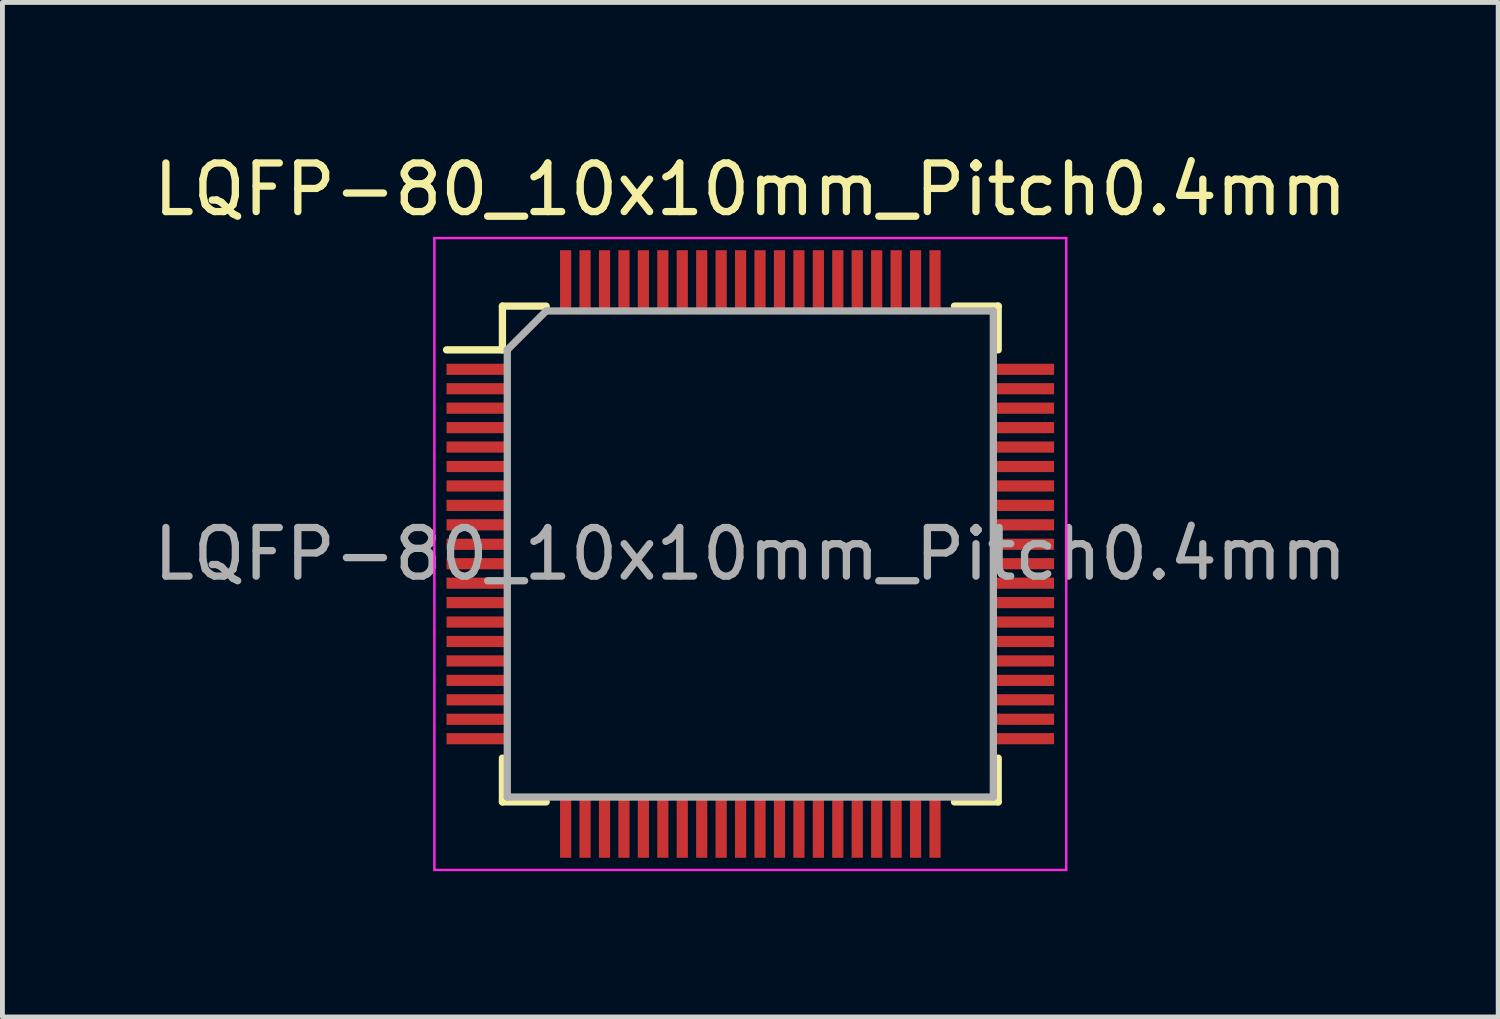
<source format=kicad_pcb>
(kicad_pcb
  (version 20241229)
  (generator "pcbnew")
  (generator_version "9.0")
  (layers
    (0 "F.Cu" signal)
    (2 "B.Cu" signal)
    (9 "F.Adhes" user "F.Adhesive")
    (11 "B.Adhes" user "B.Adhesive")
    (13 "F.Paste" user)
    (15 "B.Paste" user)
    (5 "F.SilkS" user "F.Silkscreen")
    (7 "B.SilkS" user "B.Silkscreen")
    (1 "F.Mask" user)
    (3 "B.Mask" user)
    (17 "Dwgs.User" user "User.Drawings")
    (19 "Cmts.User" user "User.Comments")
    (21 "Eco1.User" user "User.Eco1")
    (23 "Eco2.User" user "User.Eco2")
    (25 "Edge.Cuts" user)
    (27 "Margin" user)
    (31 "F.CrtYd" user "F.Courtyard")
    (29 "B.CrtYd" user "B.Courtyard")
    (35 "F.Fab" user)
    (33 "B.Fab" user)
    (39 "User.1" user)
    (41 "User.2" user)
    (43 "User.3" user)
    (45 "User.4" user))
  (footprint "LQFP-80_10x10mm_Pitch0.4mm"
    (layer "F.Cu")
    (at 12.387 8.348)
    (property "Reference" "LQFP-80_10x10mm_Pitch0.4mm" (at 0 -7.5 0) (layer "F.SilkS") (effects (font (size 1 1) (thickness 0.15))))
    (attr smd)
    (fp_line (start -6.25 -4.2) (end -5.1 -4.2) (stroke (width 0.15) (type solid)) (layer "F.SilkS"))
    (fp_line (start -5.1 -5.1) (end -4.2 -5.1) (stroke (width 0.15) (type solid)) (layer "F.SilkS"))
    (fp_line (start -5.1 -4.2) (end -5.1 -5.1) (stroke (width 0.15) (type solid)) (layer "F.SilkS"))
    (fp_line (start -5.1 5.1) (end -5.1 4.2) (stroke (width 0.15) (type solid)) (layer "F.SilkS"))
    (fp_line (start -4.2 5.1) (end -5.1 5.1) (stroke (width 0.15) (type solid)) (layer "F.SilkS"))
    (fp_line (start 4.2 -5.1) (end 5.1 -5.1) (stroke (width 0.15) (type solid)) (layer "F.SilkS"))
    (fp_line (start 4.2 5.1) (end 5.1 5.1) (stroke (width 0.15) (type solid)) (layer "F.SilkS"))
    (fp_line (start 5.1 -5.1) (end 5.1 -4.2) (stroke (width 0.15) (type solid)) (layer "F.SilkS"))
    (fp_line (start 5.1 5.1) (end 5.1 4.2) (stroke (width 0.15) (type solid)) (layer "F.SilkS"))
    (fp_line (start -6.5 -6.5) (end 6.5 -6.5) (stroke (width 0.05) (type solid)) (layer "F.CrtYd"))
    (fp_line (start -6.5 6.5) (end -6.5 -6.5) (stroke (width 0.05) (type solid)) (layer "F.CrtYd"))
    (fp_line (start 6.5 -6.5) (end 6.5 6.5) (stroke (width 0.05) (type solid)) (layer "F.CrtYd"))
    (fp_line (start 6.5 6.5) (end -6.5 6.5) (stroke (width 0.05) (type solid)) (layer "F.CrtYd"))
    (fp_line (start -5 -4.2) (end -4.2 -5) (stroke (width 0.15) (type solid)) (layer "F.Fab"))
    (fp_line (start -5 5) (end -5 -4.2) (stroke (width 0.15) (type solid)) (layer "F.Fab"))
    (fp_line (start -4.2 -5) (end 5 -5) (stroke (width 0.15) (type solid)) (layer "F.Fab"))
    (fp_line (start 5 -5) (end 5 5) (stroke (width 0.15) (type solid)) (layer "F.Fab"))
    (fp_line (start 5 5) (end -5 5) (stroke (width 0.15) (type solid)) (layer "F.Fab"))
    (fp_text user "${REFERENCE}" (at 0 0 0) (layer "F.Fab") (effects (font (size 1 1) (thickness 0.15))))
    (pad "1" smd rect (at -5.65 -3.8 90) (size 0.23 1.2) (layers "F.Cu" "F.Mask" "F.Paste"))
    (pad "2" smd rect (at -5.65 -3.4 90) (size 0.23 1.2) (layers "F.Cu" "F.Mask" "F.Paste"))
    (pad "3" smd rect (at -5.65 -3 90) (size 0.23 1.2) (layers "F.Cu" "F.Mask" "F.Paste"))
    (pad "4" smd rect (at -5.65 -2.6 90) (size 0.23 1.2) (layers "F.Cu" "F.Mask" "F.Paste"))
    (pad "5" smd rect (at -5.65 -2.2 90) (size 0.23 1.2) (layers "F.Cu" "F.Mask" "F.Paste"))
    (pad "6" smd rect (at -5.65 -1.8 90) (size 0.23 1.2) (layers "F.Cu" "F.Mask" "F.Paste"))
    (pad "7" smd rect (at -5.65 -1.4 90) (size 0.23 1.2) (layers "F.Cu" "F.Mask" "F.Paste"))
    (pad "8" smd rect (at -5.65 -1 90) (size 0.23 1.2) (layers "F.Cu" "F.Mask" "F.Paste"))
    (pad "9" smd rect (at -5.65 -0.6 90) (size 0.23 1.2) (layers "F.Cu" "F.Mask" "F.Paste"))
    (pad "10" smd rect (at -5.65 -0.2 90) (size 0.23 1.2) (layers "F.Cu" "F.Mask" "F.Paste"))
    (pad "11" smd rect (at -5.65 0.2 90) (size 0.23 1.2) (layers "F.Cu" "F.Mask" "F.Paste"))
    (pad "12" smd rect (at -5.65 0.6 90) (size 0.23 1.2) (layers "F.Cu" "F.Mask" "F.Paste"))
    (pad "13" smd rect (at -5.65 1 90) (size 0.23 1.2) (layers "F.Cu" "F.Mask" "F.Paste"))
    (pad "14" smd rect (at -5.65 1.4 90) (size 0.23 1.2) (layers "F.Cu" "F.Mask" "F.Paste"))
    (pad "15" smd rect (at -5.65 1.8 90) (size 0.23 1.2) (layers "F.Cu" "F.Mask" "F.Paste"))
    (pad "16" smd rect (at -5.65 2.2 90) (size 0.23 1.2) (layers "F.Cu" "F.Mask" "F.Paste"))
    (pad "17" smd rect (at -5.65 2.6 90) (size 0.23 1.2) (layers "F.Cu" "F.Mask" "F.Paste"))
    (pad "18" smd rect (at -5.65 3 90) (size 0.23 1.2) (layers "F.Cu" "F.Mask" "F.Paste"))
    (pad "19" smd rect (at -5.65 3.4 90) (size 0.23 1.2) (layers "F.Cu" "F.Mask" "F.Paste"))
    (pad "20" smd rect (at -5.65 3.8 90) (size 0.23 1.2) (layers "F.Cu" "F.Mask" "F.Paste"))
    (pad "21" smd rect (at -3.8 5.65) (size 0.23 1.2) (layers "F.Cu" "F.Mask" "F.Paste"))
    (pad "22" smd rect (at -3.4 5.65) (size 0.23 1.2) (layers "F.Cu" "F.Mask" "F.Paste"))
    (pad "23" smd rect (at -3 5.65) (size 0.23 1.2) (layers "F.Cu" "F.Mask" "F.Paste"))
    (pad "24" smd rect (at -2.6 5.65) (size 0.23 1.2) (layers "F.Cu" "F.Mask" "F.Paste"))
    (pad "25" smd rect (at -2.2 5.65) (size 0.23 1.2) (layers "F.Cu" "F.Mask" "F.Paste"))
    (pad "26" smd rect (at -1.8 5.65) (size 0.23 1.2) (layers "F.Cu" "F.Mask" "F.Paste"))
    (pad "27" smd rect (at -1.4 5.65) (size 0.23 1.2) (layers "F.Cu" "F.Mask" "F.Paste"))
    (pad "28" smd rect (at -1 5.65) (size 0.23 1.2) (layers "F.Cu" "F.Mask" "F.Paste"))
    (pad "29" smd rect (at -0.6 5.65) (size 0.23 1.2) (layers "F.Cu" "F.Mask" "F.Paste"))
    (pad "30" smd rect (at -0.2 5.65) (size 0.23 1.2) (layers "F.Cu" "F.Mask" "F.Paste"))
    (pad "31" smd rect (at 0.2 5.65) (size 0.23 1.2) (layers "F.Cu" "F.Mask" "F.Paste"))
    (pad "32" smd rect (at 0.6 5.65) (size 0.23 1.2) (layers "F.Cu" "F.Mask" "F.Paste"))
    (pad "33" smd rect (at 1 5.65) (size 0.23 1.2) (layers "F.Cu" "F.Mask" "F.Paste"))
    (pad "34" smd rect (at 1.4 5.65) (size 0.23 1.2) (layers "F.Cu" "F.Mask" "F.Paste"))
    (pad "35" smd rect (at 1.8 5.65) (size 0.23 1.2) (layers "F.Cu" "F.Mask" "F.Paste"))
    (pad "36" smd rect (at 2.2 5.65) (size 0.23 1.2) (layers "F.Cu" "F.Mask" "F.Paste"))
    (pad "37" smd rect (at 2.6 5.65) (size 0.23 1.2) (layers "F.Cu" "F.Mask" "F.Paste"))
    (pad "38" smd rect (at 3 5.65) (size 0.23 1.2) (layers "F.Cu" "F.Mask" "F.Paste"))
    (pad "39" smd rect (at 3.4 5.65) (size 0.23 1.2) (layers "F.Cu" "F.Mask" "F.Paste"))
    (pad "40" smd rect (at 3.8 5.65) (size 0.23 1.2) (layers "F.Cu" "F.Mask" "F.Paste"))
    (pad "41" smd rect (at 5.65 3.8 90) (size 0.23 1.2) (layers "F.Cu" "F.Mask" "F.Paste"))
    (pad "42" smd rect (at 5.65 3.4 90) (size 0.23 1.2) (layers "F.Cu" "F.Mask" "F.Paste"))
    (pad "43" smd rect (at 5.65 3 90) (size 0.23 1.2) (layers "F.Cu" "F.Mask" "F.Paste"))
    (pad "44" smd rect (at 5.65 2.6 90) (size 0.23 1.2) (layers "F.Cu" "F.Mask" "F.Paste"))
    (pad "45" smd rect (at 5.65 2.2 90) (size 0.23 1.2) (layers "F.Cu" "F.Mask" "F.Paste"))
    (pad "46" smd rect (at 5.65 1.8 90) (size 0.23 1.2) (layers "F.Cu" "F.Mask" "F.Paste"))
    (pad "47" smd rect (at 5.65 1.4 90) (size 0.23 1.2) (layers "F.Cu" "F.Mask" "F.Paste"))
    (pad "48" smd rect (at 5.65 1 90) (size 0.23 1.2) (layers "F.Cu" "F.Mask" "F.Paste"))
    (pad "49" smd rect (at 5.65 0.6 90) (size 0.23 1.2) (layers "F.Cu" "F.Mask" "F.Paste"))
    (pad "50" smd rect (at 5.65 0.2 90) (size 0.23 1.2) (layers "F.Cu" "F.Mask" "F.Paste"))
    (pad "51" smd rect (at 5.65 -0.2 90) (size 0.23 1.2) (layers "F.Cu" "F.Mask" "F.Paste"))
    (pad "52" smd rect (at 5.65 -0.6 90) (size 0.23 1.2) (layers "F.Cu" "F.Mask" "F.Paste"))
    (pad "53" smd rect (at 5.65 -1 90) (size 0.23 1.2) (layers "F.Cu" "F.Mask" "F.Paste"))
    (pad "54" smd rect (at 5.65 -1.4 90) (size 0.23 1.2) (layers "F.Cu" "F.Mask" "F.Paste"))
    (pad "55" smd rect (at 5.65 -1.8 90) (size 0.23 1.2) (layers "F.Cu" "F.Mask" "F.Paste"))
    (pad "56" smd rect (at 5.65 -2.2 90) (size 0.23 1.2) (layers "F.Cu" "F.Mask" "F.Paste"))
    (pad "57" smd rect (at 5.65 -2.6 90) (size 0.23 1.2) (layers "F.Cu" "F.Mask" "F.Paste"))
    (pad "58" smd rect (at 5.65 -3 90) (size 0.23 1.2) (layers "F.Cu" "F.Mask" "F.Paste"))
    (pad "59" smd rect (at 5.65 -3.4 90) (size 0.23 1.2) (layers "F.Cu" "F.Mask" "F.Paste"))
    (pad "60" smd rect (at 5.65 -3.8 90) (size 0.23 1.2) (layers "F.Cu" "F.Mask" "F.Paste"))
    (pad "61" smd rect (at 3.8 -5.65) (size 0.23 1.2) (layers "F.Cu" "F.Mask" "F.Paste"))
    (pad "62" smd rect (at 3.4 -5.65) (size 0.23 1.2) (layers "F.Cu" "F.Mask" "F.Paste"))
    (pad "63" smd rect (at 3 -5.65) (size 0.23 1.2) (layers "F.Cu" "F.Mask" "F.Paste"))
    (pad "64" smd rect (at 2.6 -5.65) (size 0.23 1.2) (layers "F.Cu" "F.Mask" "F.Paste"))
    (pad "65" smd rect (at 2.2 -5.65) (size 0.23 1.2) (layers "F.Cu" "F.Mask" "F.Paste"))
    (pad "66" smd rect (at 1.8 -5.65) (size 0.23 1.2) (layers "F.Cu" "F.Mask" "F.Paste"))
    (pad "67" smd rect (at 1.4 -5.65) (size 0.23 1.2) (layers "F.Cu" "F.Mask" "F.Paste"))
    (pad "68" smd rect (at 1 -5.65) (size 0.23 1.2) (layers "F.Cu" "F.Mask" "F.Paste"))
    (pad "69" smd rect (at 0.6 -5.65) (size 0.23 1.2) (layers "F.Cu" "F.Mask" "F.Paste"))
    (pad "70" smd rect (at 0.2 -5.65) (size 0.23 1.2) (layers "F.Cu" "F.Mask" "F.Paste"))
    (pad "71" smd rect (at -0.2 -5.65) (size 0.23 1.2) (layers "F.Cu" "F.Mask" "F.Paste"))
    (pad "72" smd rect (at -0.6 -5.65) (size 0.23 1.2) (layers "F.Cu" "F.Mask" "F.Paste"))
    (pad "73" smd rect (at -1 -5.65) (size 0.23 1.2) (layers "F.Cu" "F.Mask" "F.Paste"))
    (pad "74" smd rect (at -1.4 -5.65) (size 0.23 1.2) (layers "F.Cu" "F.Mask" "F.Paste"))
    (pad "75" smd rect (at -1.8 -5.65) (size 0.23 1.2) (layers "F.Cu" "F.Mask" "F.Paste"))
    (pad "76" smd rect (at -2.2 -5.65) (size 0.23 1.2) (layers "F.Cu" "F.Mask" "F.Paste"))
    (pad "77" smd rect (at -2.6 -5.65) (size 0.23 1.2) (layers "F.Cu" "F.Mask" "F.Paste"))
    (pad "78" smd rect (at -3 -5.65) (size 0.23 1.2) (layers "F.Cu" "F.Mask" "F.Paste"))
    (pad "79" smd rect (at -3.4 -5.65) (size 0.23 1.2) (layers "F.Cu" "F.Mask" "F.Paste"))
    (pad "80" smd rect (at -3.8 -5.65) (size 0.23 1.2) (layers "F.Cu" "F.Mask" "F.Paste")))
  (gr_rect
    (start -3 -3)
    (end 27.774 17.873)
    (stroke (width 0.1) (type default))
    (fill no)
    (layer "Edge.Cuts")))
</source>
